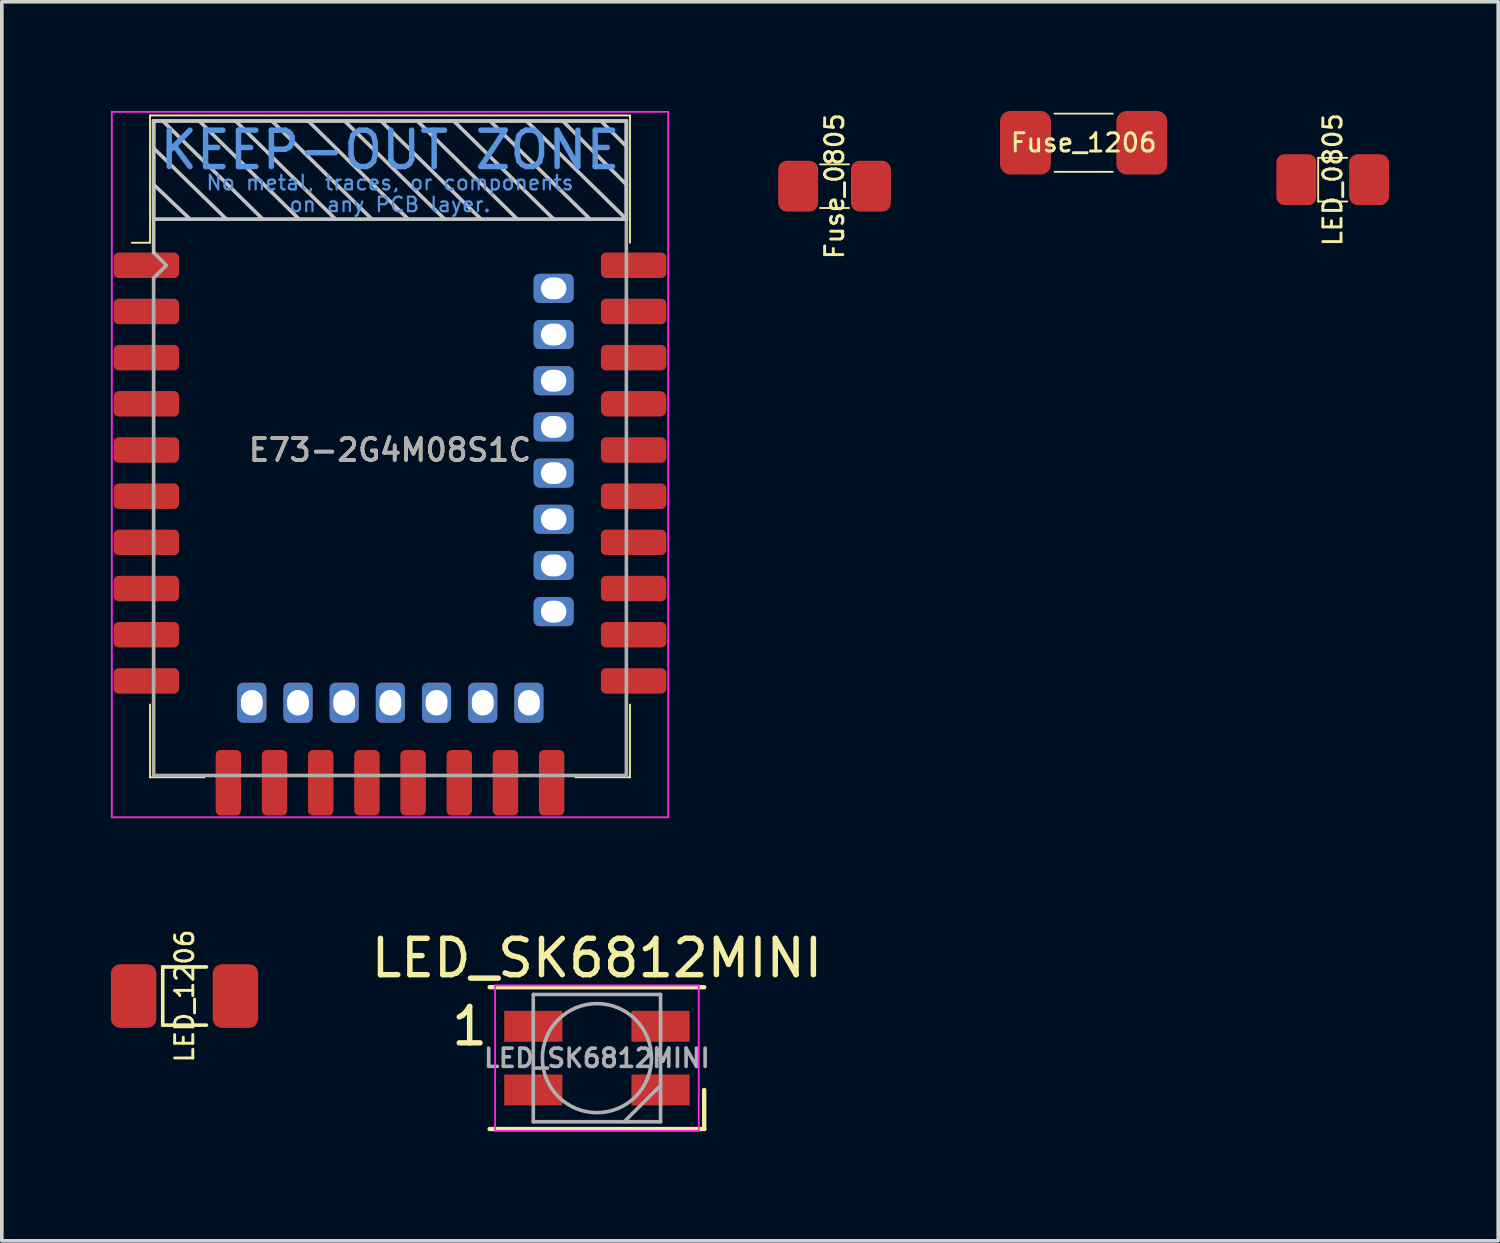
<source format=kicad_pcb>
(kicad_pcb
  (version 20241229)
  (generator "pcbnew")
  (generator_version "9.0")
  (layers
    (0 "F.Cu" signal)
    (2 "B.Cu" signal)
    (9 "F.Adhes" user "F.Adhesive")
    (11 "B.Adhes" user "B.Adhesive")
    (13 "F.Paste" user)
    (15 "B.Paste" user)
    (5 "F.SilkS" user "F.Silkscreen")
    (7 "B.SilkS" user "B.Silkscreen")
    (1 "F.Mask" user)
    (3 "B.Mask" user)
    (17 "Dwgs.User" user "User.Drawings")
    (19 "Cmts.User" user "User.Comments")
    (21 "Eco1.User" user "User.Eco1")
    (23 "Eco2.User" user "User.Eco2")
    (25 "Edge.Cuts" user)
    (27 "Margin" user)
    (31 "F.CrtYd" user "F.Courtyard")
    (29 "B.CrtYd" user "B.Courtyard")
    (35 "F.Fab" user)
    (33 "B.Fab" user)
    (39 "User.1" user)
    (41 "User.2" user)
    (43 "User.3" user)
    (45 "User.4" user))
  (footprint "LED_SK6812MINI"
    (layer "F.Cu")
    (at 13.365 26.048)
    (property "Reference" "LED_SK6812MINI" (at 0 -2.75 0) (layer "F.SilkS") (effects (font (size 1 1) (thickness 0.15))))
    (attr smd)
    (fp_line (start -2.95 -1.95) (end 2.95 -1.95) (stroke (width 0.12) (type solid)) (layer "F.SilkS"))
    (fp_line (start -2.95 1.95) (end 2.95 1.95) (stroke (width 0.12) (type solid)) (layer "F.SilkS"))
    (fp_line (start 2.95 1.95) (end 2.95 0.875) (stroke (width 0.12) (type solid)) (layer "F.SilkS"))
    (fp_line (start -2.8 -2) (end -2.8 2) (stroke (width 0.05) (type solid)) (layer "F.CrtYd"))
    (fp_line (start -2.8 2) (end 2.8 2) (stroke (width 0.05) (type solid)) (layer "F.CrtYd"))
    (fp_line (start 2.8 -2) (end -2.8 -2) (stroke (width 0.05) (type solid)) (layer "F.CrtYd"))
    (fp_line (start 2.8 2) (end 2.8 -2) (stroke (width 0.05) (type solid)) (layer "F.CrtYd"))
    (fp_line (start -1.75 -1.75) (end -1.75 1.75) (stroke (width 0.1) (type solid)) (layer "F.Fab"))
    (fp_line (start -1.75 1.75) (end 1.75 1.75) (stroke (width 0.1) (type solid)) (layer "F.Fab"))
    (fp_line (start 1.75 -1.75) (end -1.75 -1.75) (stroke (width 0.1) (type solid)) (layer "F.Fab"))
    (fp_line (start 1.75 0.75) (end 0.75 1.75) (stroke (width 0.1) (type solid)) (layer "F.Fab"))
    (fp_line (start 1.75 1.75) (end 1.75 -1.75) (stroke (width 0.1) (type solid)) (layer "F.Fab"))
    (fp_circle (center 0 0) (end 0 -1.5) (stroke (width 0.1) (type solid)) (fill no) (layer "F.Fab"))
    (fp_text user "1" (at -3.5 -0.875 0) (layer "F.SilkS") (effects (font (size 1 1) (thickness 0.15))))
    (fp_text user "${REFERENCE}" (at 0 0 0) (layer "F.Fab") (effects (font (size 0.5 0.5) (thickness 0.1))))
    (pad "1" smd rect (at -1.75 -0.875) (size 1.6 0.85) (layers "F.Cu" "F.Mask" "F.Paste"))
    (pad "2" smd rect (at -1.75 0.875) (size 1.6 0.85) (layers "F.Cu" "F.Mask" "F.Paste"))
    (pad "3" smd rect (at 1.75 0.875) (size 1.6 0.85) (layers "F.Cu" "F.Mask" "F.Paste"))
    (pad "4" smd rect (at 1.75 -0.875) (size 1.6 0.85) (layers "F.Cu" "F.Mask" "F.Paste")))
  (footprint "LED_0805"
    (layer "F.Cu")
    (at 33.6 1.891)
    (property "Reference" "LED_0805" (at 0 0 90) (layer "F.SilkS") (effects (font (size 0.5 0.5) (thickness 0.08))))
    (attr smd)
    (fp_line (start -0.4 -0.6) (end -0.4 0.6) (stroke (width 0.05) (type solid)) (layer "F.SilkS"))
    (fp_line (start -0.4 0.6) (end 0.4 0.6) (stroke (width 0.05) (type solid)) (layer "F.SilkS"))
    (fp_line (start 0.4 -0.6) (end -0.4 -0.6) (stroke (width 0.05) (type solid)) (layer "F.SilkS"))
    (pad "1" smd roundrect (at -1 0) (size 1.1 1.4) (layers "F.Cu" "F.Mask" "F.Paste") (roundrect_rratio 0.2))
    (pad "2" smd roundrect (at 1 0) (size 1.1 1.4) (layers "F.Cu" "F.Mask" "F.Paste") (roundrect_rratio 0.217)))
  (footprint "Fuse_0805"
    (layer "F.Cu")
    (at 19.9 2.07)
    (property "Reference" "Fuse_0805" (at 0 0 90) (layer "F.SilkS") (effects (font (size 0.5 0.5) (thickness 0.08))))
    (attr smd)
    (fp_line (start -0.4 -0.6) (end 0.4 -0.6) (stroke (width 0.05) (type solid)) (layer "F.SilkS"))
    (fp_line (start -0.4 0.6) (end 0.4 0.6) (stroke (width 0.05) (type solid)) (layer "F.SilkS"))
    (pad "1" smd roundrect (at -1 0) (size 1.1 1.4) (layers "F.Cu" "F.Mask" "F.Paste") (roundrect_rratio 0.217))
    (pad "2" smd roundrect (at 1 0) (size 1.1 1.4) (layers "F.Cu" "F.Mask" "F.Paste") (roundrect_rratio 0.217)))
  (footprint "LED_1206"
    (layer "F.Cu")
    (at 2.025 24.341)
    (property "Reference" "LED_1206" (at 0 0 90) (layer "F.SilkS") (effects (font (size 0.5 0.5) (thickness 0.08))))
    (attr smd)
    (fp_line (start -0.6 -0.8) (end -0.6 0.8) (stroke (width 0.1) (type solid)) (layer "F.SilkS"))
    (fp_line (start -0.6 0.8) (end 0.6 0.8) (stroke (width 0.1) (type solid)) (layer "F.SilkS"))
    (fp_line (start 0.6 -0.8) (end -0.6 -0.8) (stroke (width 0.1) (type solid)) (layer "F.SilkS"))
    (pad "1" smd roundrect (at -1.4 0) (size 1.25 1.75) (layers "F.Cu" "F.Mask" "F.Paste") (roundrect_rratio 0.2))
    (pad "2" smd roundrect (at 1.4 0) (size 1.25 1.75) (layers "F.Cu" "F.Mask" "F.Paste") (roundrect_rratio 0.2)))
  (footprint "Fuse_1206"
    (layer "F.Cu")
    (at 26.75 0.875)
    (property "Reference" "Fuse_1206" (at 0 0 180) (layer "F.SilkS") (effects (font (size 0.5 0.5) (thickness 0.08))))
    (attr smd)
    (fp_line (start -0.8 -0.8) (end 0.8 -0.8) (stroke (width 0.05) (type solid)) (layer "F.SilkS"))
    (fp_line (start -0.8 0.8) (end 0.8 0.8) (stroke (width 0.05) (type solid)) (layer "F.SilkS"))
    (pad "1" smd roundrect (at -1.6 0) (size 1.4 1.75) (layers "F.Cu" "F.Mask" "F.Paste") (roundrect_rratio 0.2))
    (pad "2" smd roundrect (at 1.6 0) (size 1.4 1.75) (layers "F.Cu" "F.Mask" "F.Paste") (roundrect_rratio 0.2)))
  (footprint "E73-2G4M08S1C"
    (layer "F.Cu")
    (at 7.675 9.325)
    (property "Reference" "E73-2G4M08S1C" (at 0 0 0) (layer "F.SilkS") (effects (font (size 0.6 0.6) (thickness 0.1))))
    (attr smd)
    (fp_line (start -6.6 -9.2) (end -6.6 -5.7) (stroke (width 0.05) (type solid)) (layer "F.SilkS"))
    (fp_line (start -6.6 -5.7) (end -7.1 -5.7) (stroke (width 0.05) (type solid)) (layer "F.SilkS"))
    (fp_line (start -6.6 9) (end -6.6 7) (stroke (width 0.05) (type solid)) (layer "F.SilkS"))
    (fp_line (start -6.6 9) (end -5.1 9) (stroke (width 0.05) (type solid)) (layer "F.SilkS"))
    (fp_line (start 6.6 -9.2) (end -6.6 -9.2) (stroke (width 0.05) (type solid)) (layer "F.SilkS"))
    (fp_line (start 6.6 -9.2) (end 6.6 -5.7) (stroke (width 0.05) (type solid)) (layer "F.SilkS"))
    (fp_line (start 6.6 9) (end 5.1 9) (stroke (width 0.05) (type solid)) (layer "F.SilkS"))
    (fp_line (start 6.6 9) (end 6.6 7) (stroke (width 0.05) (type solid)) (layer "F.SilkS"))
    (fp_line (start -6.5 -9.05) (end 6.5 -9.05) (stroke (width 0.1) (type solid)) (layer "Dwgs.User"))
    (fp_line (start -6.5 -8.3) (end -4.5 -6.35) (stroke (width 0.1) (type solid)) (layer "Dwgs.User"))
    (fp_line (start -6.5 -5.43) (end -6.5 -9.05) (stroke (width 0.1) (type solid)) (layer "Dwgs.User"))
    (fp_line (start -5.5 -6.35) (end -6.5 -7.3) (stroke (width 0.1) (type solid)) (layer "Dwgs.User"))
    (fp_line (start -5.25 -9.05) (end -2.5 -6.35) (stroke (width 0.1) (type solid)) (layer "Dwgs.User"))
    (fp_line (start -3.5 -6.35) (end -6.25 -9.05) (stroke (width 0.1) (type solid)) (layer "Dwgs.User"))
    (fp_line (start -3.25 -9.05) (end -0.5 -6.35) (stroke (width 0.1) (type solid)) (layer "Dwgs.User"))
    (fp_line (start -1.5 -6.35) (end -4.25 -9.05) (stroke (width 0.1) (type solid)) (layer "Dwgs.User"))
    (fp_line (start -1.25 -9.05) (end 1.5 -6.35) (stroke (width 0.1) (type solid)) (layer "Dwgs.User"))
    (fp_line (start 0.5 -6.35) (end -2.25 -9.05) (stroke (width 0.1) (type solid)) (layer "Dwgs.User"))
    (fp_line (start 0.75 -9.05) (end 3.5 -6.35) (stroke (width 0.1) (type solid)) (layer "Dwgs.User"))
    (fp_line (start 2.5 -6.35) (end -0.25 -9.05) (stroke (width 0.1) (type solid)) (layer "Dwgs.User"))
    (fp_line (start 2.75 -9.05) (end 5.5 -6.35) (stroke (width 0.1) (type solid)) (layer "Dwgs.User"))
    (fp_line (start 4.5 -6.35) (end 1.75 -9.05) (stroke (width 0.1) (type solid)) (layer "Dwgs.User"))
    (fp_line (start 4.75 -9.05) (end 6.5 -7.3) (stroke (width 0.1) (type solid)) (layer "Dwgs.User"))
    (fp_line (start 5.8 -9.05) (end 6.5 -8.35) (stroke (width 0.1) (type solid)) (layer "Dwgs.User"))
    (fp_line (start 6.5 -9.05) (end 6.5 -6.35) (stroke (width 0.1) (type solid)) (layer "Dwgs.User"))
    (fp_line (start 6.5 -6.35) (end -6.5 -6.35) (stroke (width 0.1) (type solid)) (layer "Dwgs.User"))
    (fp_line (start 6.5 -6.35) (end 3.75 -9.05) (stroke (width 0.1) (type solid)) (layer "Dwgs.User"))
    (fp_line (start -7.65 -9.3) (end -7.65 10.1) (stroke (width 0.05) (type solid)) (layer "F.CrtYd"))
    (fp_line (start -7.65 10.1) (end 7.65 10.1) (stroke (width 0.05) (type solid)) (layer "F.CrtYd"))
    (fp_line (start 7.65 -9.3) (end -7.65 -9.3) (stroke (width 0.05) (type solid)) (layer "F.CrtYd"))
    (fp_line (start 7.65 10.1) (end 7.65 -9.3) (stroke (width 0.05) (type solid)) (layer "F.CrtYd"))
    (fp_line (start -6.5 -6.35) (end -6.5 -9.05) (stroke (width 0.1) (type solid)) (layer "F.Fab"))
    (fp_line (start -6.5 -5.43) (end -6.15 -5.08) (stroke (width 0.1) (type solid)) (layer "F.Fab"))
    (fp_line (start -6.5 -4.73) (end -6.5 8.95) (stroke (width 0.1) (type solid)) (layer "F.Fab"))
    (fp_line (start -6.5 8.95) (end 6.5 8.95) (stroke (width 0.1) (type solid)) (layer "F.Fab"))
    (fp_line (start -6.15 -5.08) (end -6.5 -4.73) (stroke (width 0.1) (type solid)) (layer "F.Fab"))
    (fp_line (start 6.5 -9.05) (end -6.5 -9.05) (stroke (width 0.1) (type solid)) (layer "F.Fab"))
    (fp_line (start 6.5 8.95) (end 6.5 -9.05) (stroke (width 0.1) (type solid)) (layer "F.Fab"))
    (fp_text user "on any PCB layer." (at 0 -6.75 0) (layer "Cmts.User") (effects (font (size 0.4 0.4) (thickness 0.06))))
    (fp_text user "KEEP-OUT ZONE" (at 0 -8.25 0) (layer "Cmts.User") (effects (font (size 1 1) (thickness 0.15))))
    (fp_text user "No metal, traces, or components" (at 0 -7.35 0) (layer "Cmts.User") (effects (font (size 0.4 0.4) (thickness 0.06))))
    (fp_text user "${REFERENCE}" (at 0 0 0) (layer "F.Fab") (effects (font (size 0.6 0.6) (thickness 0.1))))
    (pad "1" smd roundrect (at -6.7 -5.08) (size 1.8 0.7) (layers "F.Cu" "F.Mask" "F.Paste") (roundrect_rratio 0.2))
    (pad "2" smd roundrect (at -6.7 -3.81) (size 1.8 0.7) (layers "F.Cu" "F.Mask" "F.Paste") (roundrect_rratio 0.2))
    (pad "3" smd roundrect (at -6.7 -2.54) (size 1.8 0.7) (layers "F.Cu" "F.Mask" "F.Paste") (roundrect_rratio 0.2))
    (pad "4" smd roundrect (at -6.7 -1.27) (size 1.8 0.7) (layers "F.Cu" "F.Mask" "F.Paste") (roundrect_rratio 0.2))
    (pad "5" smd roundrect (at -6.7 0) (size 1.8 0.7) (layers "F.Cu" "F.Mask" "F.Paste") (roundrect_rratio 0.2))
    (pad "6" smd roundrect (at -6.7 1.27) (size 1.8 0.7) (layers "F.Cu" "F.Mask" "F.Paste") (roundrect_rratio 0.2))
    (pad "7" smd roundrect (at -6.7 2.54) (size 1.8 0.7) (layers "F.Cu" "F.Mask" "F.Paste") (roundrect_rratio 0.2))
    (pad "8" smd roundrect (at -6.7 3.81) (size 1.8 0.7) (layers "F.Cu" "F.Mask" "F.Paste") (roundrect_rratio 0.2))
    (pad "9" smd roundrect (at -6.7 5.08) (size 1.8 0.7) (layers "F.Cu" "F.Mask" "F.Paste") (roundrect_rratio 0.2))
    (pad "10" smd roundrect (at -6.7 6.35) (size 1.8 0.7) (layers "F.Cu" "F.Mask" "F.Paste") (roundrect_rratio 0.2))
    (pad "11" smd roundrect (at -4.445 9.15) (size 0.7 1.8) (layers "F.Cu" "F.Mask" "F.Paste") (roundrect_rratio 0.2))
    (pad "12" thru_hole roundrect (at -3.8 6.95) (size 0.8 1.1) (drill oval 0.6 0.7) (layers "*.Cu" "*.Mask") (roundrect_rratio 0.2))
    (pad "13" smd roundrect (at -3.175 9.15) (size 0.7 1.8) (layers "F.Cu" "F.Mask" "F.Paste") (roundrect_rratio 0.2))
    (pad "14" thru_hole roundrect (at -2.53 6.95) (size 0.8 1.1) (drill oval 0.6 0.7) (layers "*.Cu" "*.Mask") (roundrect_rratio 0.2))
    (pad "15" smd roundrect (at -1.905 9.15) (size 0.7 1.8) (layers "F.Cu" "F.Mask" "F.Paste") (roundrect_rratio 0.2))
    (pad "16" thru_hole roundrect (at -1.26 6.95) (size 0.8 1.1) (drill oval 0.6 0.7) (layers "*.Cu" "*.Mask") (roundrect_rratio 0.2))
    (pad "17" smd roundrect (at -0.635 9.15) (size 0.7 1.8) (layers "F.Cu" "F.Mask" "F.Paste") (roundrect_rratio 0.2))
    (pad "18" thru_hole roundrect (at 0.01 6.95) (size 0.8 1.1) (drill oval 0.6 0.7) (layers "*.Cu" "*.Mask") (roundrect_rratio 0.2))
    (pad "19" smd roundrect (at 0.635 9.15) (size 0.7 1.8) (layers "F.Cu" "F.Mask" "F.Paste") (roundrect_rratio 0.2))
    (pad "20" thru_hole roundrect (at 1.28 6.95) (size 0.8 1.1) (drill oval 0.6 0.7) (layers "*.Cu" "*.Mask") (roundrect_rratio 0.2))
    (pad "21" smd roundrect (at 1.905 9.15) (size 0.7 1.8) (layers "F.Cu" "F.Mask" "F.Paste") (roundrect_rratio 0.2))
    (pad "22" thru_hole roundrect (at 2.55 6.95) (size 0.8 1.1) (drill oval 0.6 0.7) (layers "*.Cu" "*.Mask") (roundrect_rratio 0.2))
    (pad "23" smd roundrect (at 3.175 9.15) (size 0.7 1.8) (layers "F.Cu" "F.Mask" "F.Paste") (roundrect_rratio 0.2))
    (pad "24" thru_hole roundrect (at 3.82 6.95) (size 0.8 1.1) (drill oval 0.6 0.7) (layers "*.Cu" "*.Mask") (roundrect_rratio 0.2))
    (pad "25" smd roundrect (at 4.445 9.15) (size 0.7 1.8) (layers "F.Cu" "F.Mask" "F.Paste") (roundrect_rratio 0.2))
    (pad "26" smd roundrect (at 6.7 6.35) (size 1.8 0.7) (layers "F.Cu" "F.Mask" "F.Paste") (roundrect_rratio 0.2))
    (pad "27" smd roundrect (at 6.7 5.08) (size 1.8 0.7) (layers "F.Cu" "F.Mask" "F.Paste") (roundrect_rratio 0.2))
    (pad "28" thru_hole roundrect (at 4.5 4.445) (size 1.1 0.8) (drill oval 0.7 0.6) (layers "*.Cu" "*.Mask") (roundrect_rratio 0.2))
    (pad "29" smd roundrect (at 6.7 3.81) (size 1.8 0.7) (layers "F.Cu" "F.Mask" "F.Paste") (roundrect_rratio 0.2))
    (pad "30" thru_hole roundrect (at 4.5 3.175) (size 1.1 0.8) (drill oval 0.7 0.6) (layers "*.Cu" "*.Mask") (roundrect_rratio 0.2))
    (pad "31" smd roundrect (at 6.7 2.54) (size 1.8 0.7) (layers "F.Cu" "F.Mask" "F.Paste") (roundrect_rratio 0.2))
    (pad "32" thru_hole roundrect (at 4.5 1.905) (size 1.1 0.8) (drill oval 0.7 0.6) (layers "*.Cu" "*.Mask") (roundrect_rratio 0.2))
    (pad "33" smd roundrect (at 6.7 1.27) (size 1.8 0.7) (layers "F.Cu" "F.Mask" "F.Paste") (roundrect_rratio 0.2))
    (pad "34" thru_hole roundrect (at 4.5 0.635) (size 1.1 0.8) (drill oval 0.7 0.6) (layers "*.Cu" "*.Mask") (roundrect_rratio 0.2))
    (pad "35" smd roundrect (at 6.7 0) (size 1.8 0.7) (layers "F.Cu" "F.Mask" "F.Paste") (roundrect_rratio 0.2))
    (pad "36" thru_hole roundrect (at 4.5 -0.635) (size 1.1 0.8) (drill oval 0.7 0.6) (layers "*.Cu" "*.Mask") (roundrect_rratio 0.2))
    (pad "37" smd roundrect (at 6.7 -1.27) (size 1.8 0.7) (layers "F.Cu" "F.Mask" "F.Paste") (roundrect_rratio 0.25))
    (pad "38" thru_hole roundrect (at 4.5 -1.905) (size 1.1 0.8) (drill oval 0.7 0.6) (layers "*.Cu" "*.Mask") (roundrect_rratio 0.2))
    (pad "39" smd roundrect (at 6.7 -2.54) (size 1.8 0.7) (layers "F.Cu" "F.Mask" "F.Paste") (roundrect_rratio 0.2))
    (pad "40" thru_hole roundrect (at 4.5 -3.175) (size 1.1 0.8) (drill oval 0.7 0.6) (layers "*.Cu" "*.Mask") (roundrect_rratio 0.2))
    (pad "41" smd roundrect (at 6.7 -3.81) (size 1.8 0.7) (layers "F.Cu" "F.Mask" "F.Paste") (roundrect_rratio 0.2))
    (pad "42" thru_hole roundrect (at 4.5 -4.445) (size 1.1 0.8) (drill oval 0.7 0.6) (layers "*.Cu" "*.Mask") (roundrect_rratio 0.2))
    (pad "43" smd roundrect (at 6.7 -5.08) (size 1.8 0.7) (layers "F.Cu" "F.Mask" "F.Paste") (roundrect_rratio 0.2)))
  (gr_rect
    (start -3 -3)
    (end 38.15 31.073)
    (stroke (width 0.1) (type default))
    (fill no)
    (layer "Edge.Cuts")))
</source>
